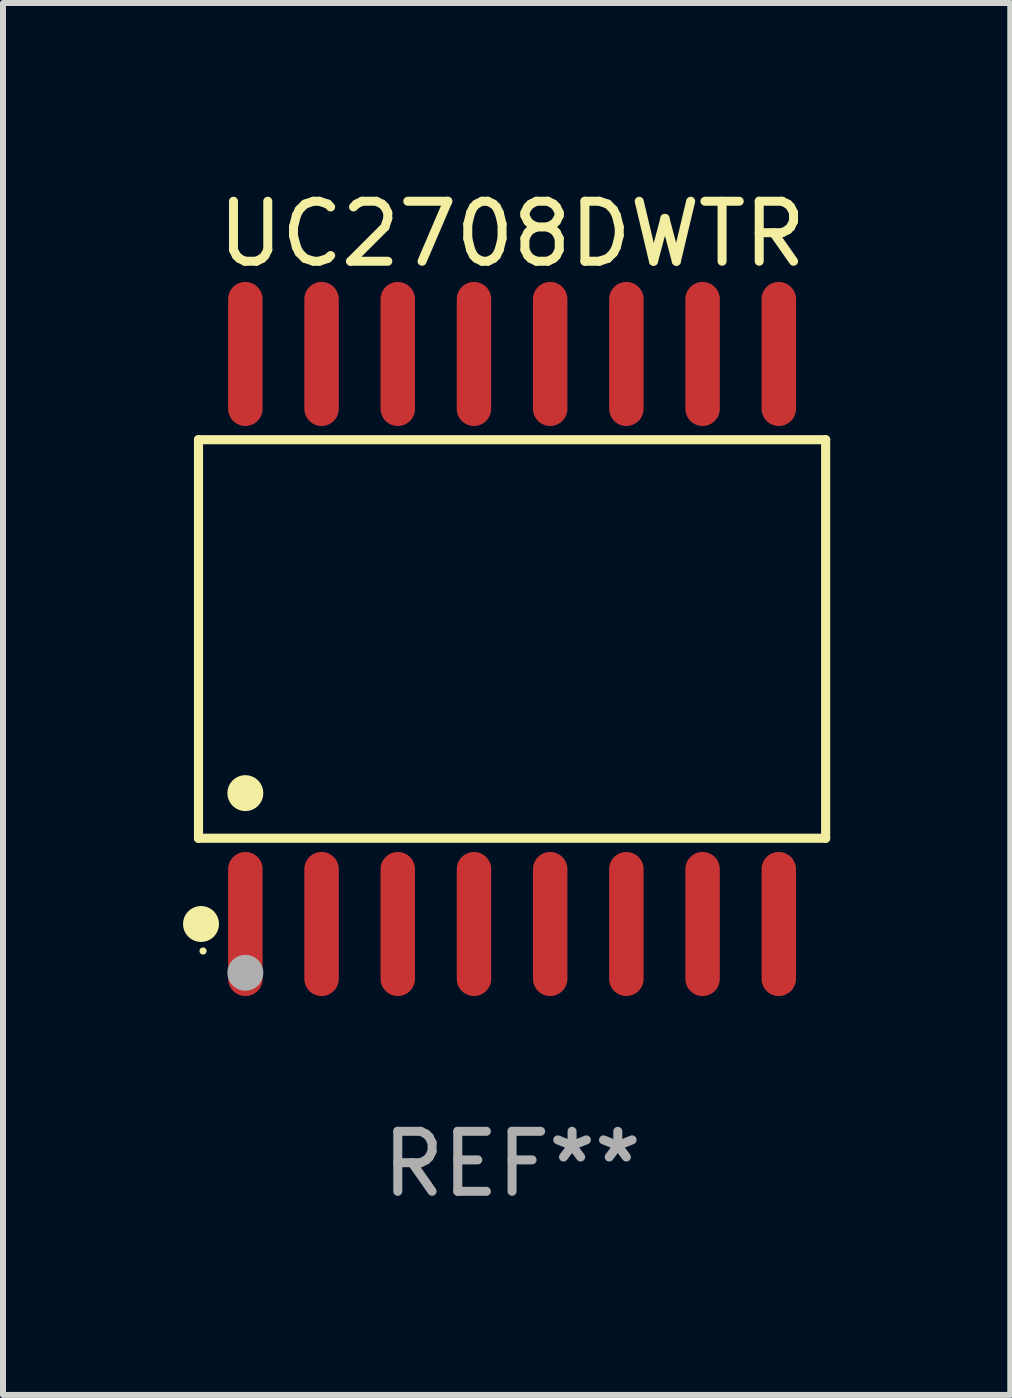
<source format=kicad_pcb>
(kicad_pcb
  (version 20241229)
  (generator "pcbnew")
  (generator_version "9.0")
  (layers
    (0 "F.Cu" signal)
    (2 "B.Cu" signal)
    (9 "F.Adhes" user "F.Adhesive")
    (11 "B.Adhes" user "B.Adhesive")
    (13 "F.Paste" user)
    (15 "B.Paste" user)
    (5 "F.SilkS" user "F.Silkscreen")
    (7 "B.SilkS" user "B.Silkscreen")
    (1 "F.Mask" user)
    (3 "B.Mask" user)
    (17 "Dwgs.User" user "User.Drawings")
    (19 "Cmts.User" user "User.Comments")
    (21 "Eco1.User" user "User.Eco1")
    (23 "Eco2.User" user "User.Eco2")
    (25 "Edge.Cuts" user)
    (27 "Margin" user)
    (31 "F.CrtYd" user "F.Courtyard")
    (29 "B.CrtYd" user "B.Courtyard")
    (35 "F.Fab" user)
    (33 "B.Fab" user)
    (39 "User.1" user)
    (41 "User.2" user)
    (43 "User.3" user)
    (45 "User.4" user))
  (footprint "UC2708DWTR"
    (layer "F.Cu")
    (at 5.484 7.599)
    (property "Reference" "UC2708DWTR" (at 0 -6.75 0) (layer "F.SilkS") (effects (font (size 1 1) (thickness 0.15))))
    (attr through_hole)
    (fp_line (start -5.226 -3.321) (end 5.226 -3.321) (stroke (width 0.152) (type solid)) (layer "F.SilkS"))
    (fp_line (start -5.226 3.321) (end -5.226 -3.321) (stroke (width 0.152) (type solid)) (layer "F.SilkS"))
    (fp_line (start 5.226 -3.321) (end 5.226 3.321) (stroke (width 0.152) (type solid)) (layer "F.SilkS"))
    (fp_line (start 5.226 3.321) (end -5.226 3.321) (stroke (width 0.152) (type solid)) (layer "F.SilkS"))
    (fp_circle (center -5.184 4.75) (end -5.034 4.75) (stroke (width 0.3) (type solid)) (fill no) (layer "F.SilkS"))
    (fp_circle (center -5.15 5.2) (end -5.12 5.2) (stroke (width 0.06) (type solid)) (fill no) (layer "F.SilkS"))
    (fp_circle (center -4.445 2.569) (end -4.295 2.569) (stroke (width 0.3) (type solid)) (fill no) (layer "F.SilkS"))
    (fp_circle (center -4.445 5.563) (end -4.295 5.563) (stroke (width 0.3) (type solid)) (fill no) (layer "F.Fab"))
    (fp_text user "REF**" (at 0 8.75 0) (layer "F.Fab") (effects (font (size 1 1) (thickness 0.15))))
    (pad "1" smd oval (at -4.445 4.75) (size 0.574 2.401) (layers "F.Cu" "F.Mask" "F.Paste"))
    (pad "2" smd oval (at -3.175 4.75) (size 0.574 2.401) (layers "F.Cu" "F.Mask" "F.Paste"))
    (pad "3" smd oval (at -1.905 4.75) (size 0.574 2.401) (layers "F.Cu" "F.Mask" "F.Paste"))
    (pad "4" smd oval (at -0.635 4.75) (size 0.574 2.401) (layers "F.Cu" "F.Mask" "F.Paste"))
    (pad "5" smd oval (at 0.635 4.75) (size 0.574 2.401) (layers "F.Cu" "F.Mask" "F.Paste"))
    (pad "6" smd oval (at 1.905 4.75) (size 0.574 2.401) (layers "F.Cu" "F.Mask" "F.Paste"))
    (pad "7" smd oval (at 3.175 4.75) (size 0.574 2.401) (layers "F.Cu" "F.Mask" "F.Paste"))
    (pad "8" smd oval (at 4.445 4.75) (size 0.574 2.401) (layers "F.Cu" "F.Mask" "F.Paste"))
    (pad "9" smd oval (at 4.445 -4.75) (size 0.574 2.401) (layers "F.Cu" "F.Mask" "F.Paste"))
    (pad "10" smd oval (at 3.175 -4.75) (size 0.574 2.401) (layers "F.Cu" "F.Mask" "F.Paste"))
    (pad "11" smd oval (at 1.905 -4.75) (size 0.574 2.401) (layers "F.Cu" "F.Mask" "F.Paste"))
    (pad "12" smd oval (at 0.635 -4.75) (size 0.574 2.401) (layers "F.Cu" "F.Mask" "F.Paste"))
    (pad "13" smd oval (at -0.635 -4.75) (size 0.574 2.401) (layers "F.Cu" "F.Mask" "F.Paste"))
    (pad "14" smd oval (at -1.905 -4.75) (size 0.574 2.401) (layers "F.Cu" "F.Mask" "F.Paste"))
    (pad "15" smd oval (at -3.175 -4.75) (size 0.574 2.401) (layers "F.Cu" "F.Mask" "F.Paste"))
    (pad "16" smd oval (at -4.445 -4.75) (size 0.574 2.401) (layers "F.Cu" "F.Mask" "F.Paste")))
  (gr_rect
    (start -3 -3)
    (end 13.787 20.197)
    (stroke (width 0.1) (type default))
    (fill no)
    (layer "Edge.Cuts")))
</source>
